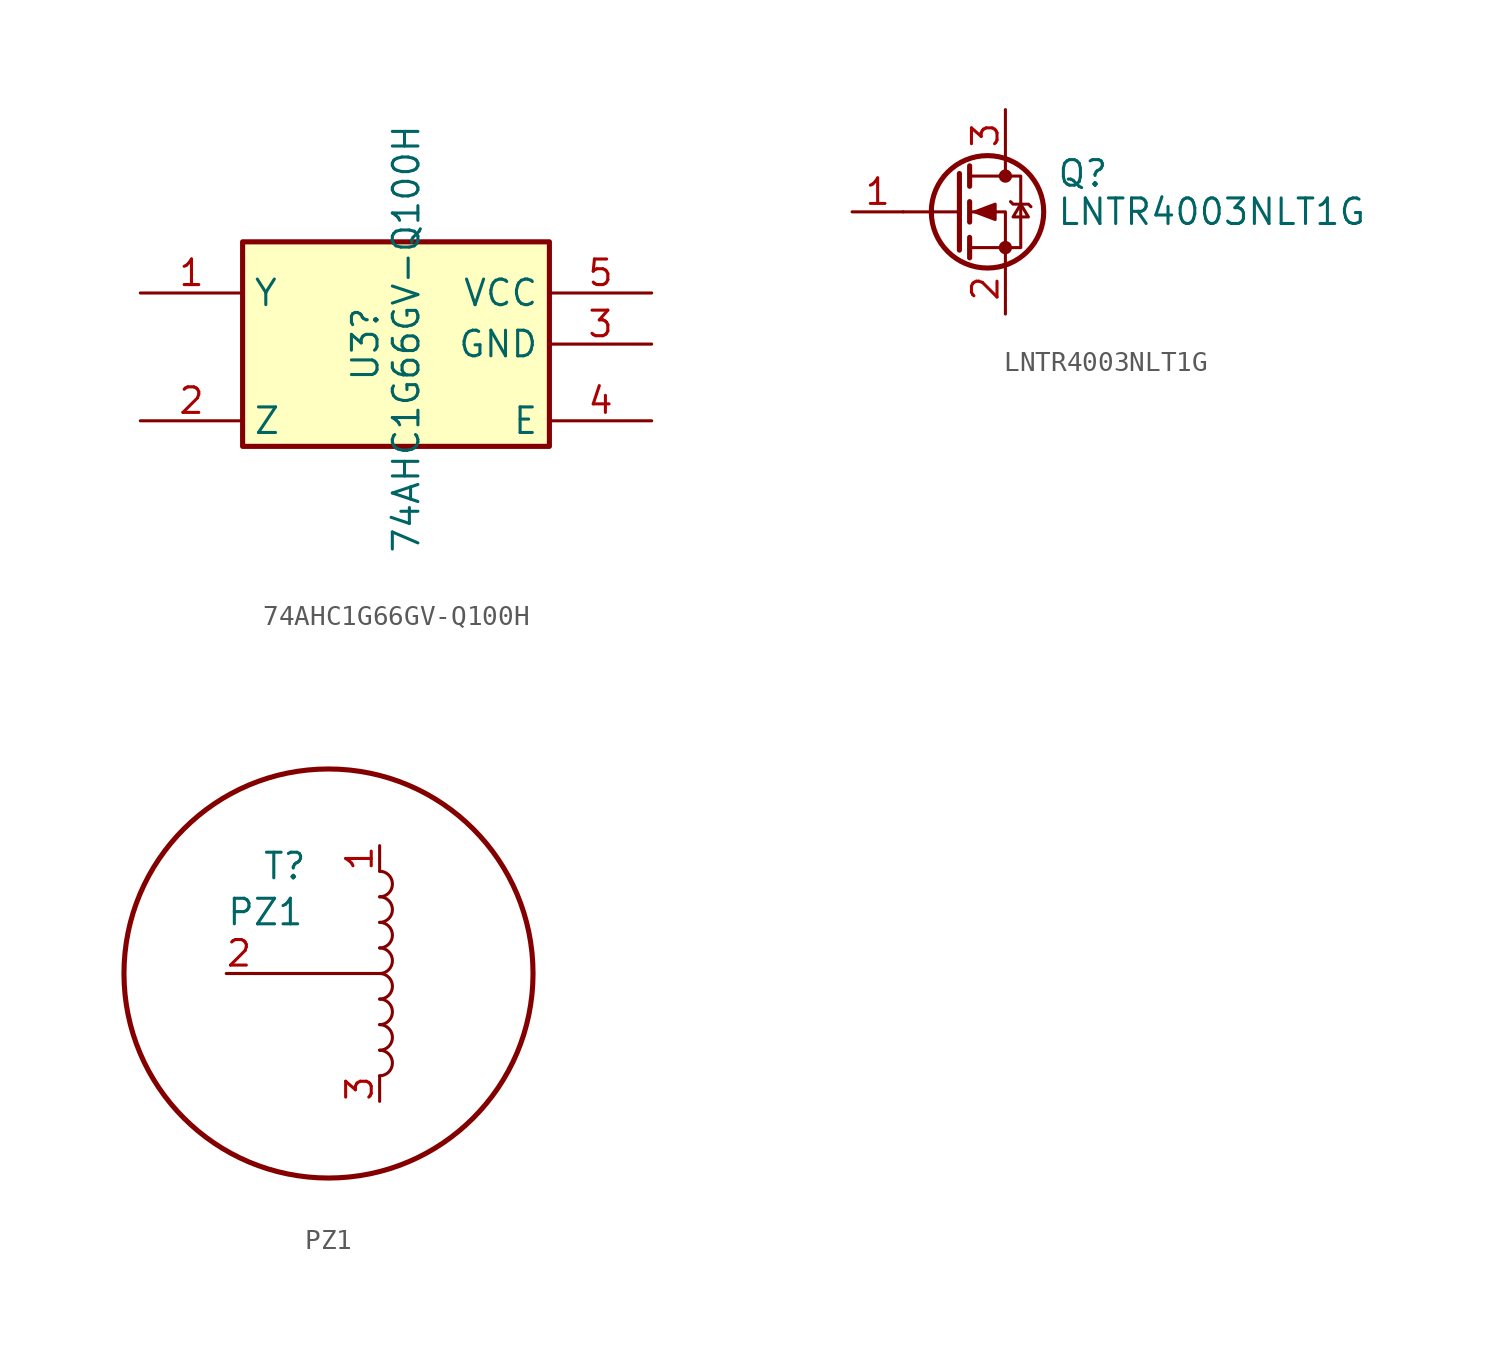
<source format=kicad_sym>
(kicad_symbol_lib
  (version 20231120)
  (generator "kicad_symbol_editor")
  (generator_version "8.0")
  (symbol "74AHC1G66GV-Q100H"
    (property "Reference" "U3"
      (at 11.176 -2.54 90)
      (effects (font (size 1.27 1.27))))
    (property "Value" "74AHC1G66GV-Q100H"
      (at 13.208 -2.286 90)
      (effects (font (size 1.27 1.27))))
    (symbol "74AHC1G66GV-Q100H_1_1"
      (rectangle (start 5.08 2.54) (end 20.32 -7.62) (stroke (width 0.254) (type default)) (fill (type background)))
      (pin passive line (at 0 0 0) (length 5.08) (name "Y" (effects (font (size 1.27 1.27)))) (number "1" (effects (font (size 1.27 1.27)))))
      (pin passive line (at 0 -6.35 0) (length 5.08) (name "Z" (effects (font (size 1.27 1.27)))) (number "2" (effects (font (size 1.27 1.27)))))
      (pin passive line (at 25.4 -2.54 180) (length 5.08) (name "GND" (effects (font (size 1.27 1.27)))) (number "3" (effects (font (size 1.27 1.27)))))
      (pin passive line (at 25.4 -6.35 180) (length 5.08) (name "E" (effects (font (size 1.27 1.27)))) (number "4" (effects (font (size 1.27 1.27)))))
      (pin passive line (at 25.4 0 180) (length 5.08) (name "VCC" (effects (font (size 1.27 1.27)))) (number "5" (effects (font (size 1.27 1.27)))))))
  (symbol "LNTR4003NLT1G"
    (pin_names hide)
    (property "Reference" "Q"
      (at 5.08 1.905 0)
      (effects (font (size 1.27 1.27)) (justify left)))
    (property "Value" "LNTR4003NLT1G"
      (at 5.08 0 0)
      (effects (font (size 1.27 1.27)) (justify left)))
    (symbol "LNTR4003NLT1G_0_1"
      (polyline (pts (xy 0.254 0) (xy -2.54 0)) (stroke (width 0) (type default)) (fill (type none)))
      (polyline (pts (xy 0.254 1.905) (xy 0.254 -1.905)) (stroke (width 0.254) (type default)) (fill (type none)))
      (polyline (pts (xy 0.762 -1.27) (xy 0.762 -2.286)) (stroke (width 0.254) (type default)) (fill (type none)))
      (polyline (pts (xy 0.762 0.508) (xy 0.762 -0.508)) (stroke (width 0.254) (type default)) (fill (type none)))
      (polyline (pts (xy 0.762 2.286) (xy 0.762 1.27)) (stroke (width 0.254) (type default)) (fill (type none)))
      (polyline (pts (xy 2.54 2.54) (xy 2.54 1.778)) (stroke (width 0) (type default)) (fill (type none)))
      (polyline (pts (xy 2.54 -2.54) (xy 2.54 0) (xy 0.762 0)) (stroke (width 0) (type default)) (fill (type none)))
      (polyline (pts (xy 0.762 -1.778) (xy 3.302 -1.778) (xy 3.302 1.778) (xy 0.762 1.778)) (stroke (width 0) (type default)) (fill (type none)))
      (polyline (pts (xy 1.016 0) (xy 2.032 0.381) (xy 2.032 -0.381) (xy 1.016 0)) (stroke (width 0) (type default)) (fill (type outline)))
      (polyline (pts (xy 2.794 0.508) (xy 2.921 0.381) (xy 3.683 0.381) (xy 3.81 0.254)) (stroke (width 0) (type default)) (fill (type none)))
      (polyline (pts (xy 3.302 0.381) (xy 2.921 -0.254) (xy 3.683 -0.254) (xy 3.302 0.381)) (stroke (width 0) (type default)) (fill (type none)))
      (circle (center 1.651 0) (radius 2.794) (stroke (width 0.254) (type default)) (fill (type none)))
      (circle (center 2.54 -1.778) (radius 0.254) (stroke (width 0) (type default)) (fill (type outline)))
      (circle (center 2.54 1.778) (radius 0.254) (stroke (width 0) (type default)) (fill (type outline))))
    (symbol "LNTR4003NLT1G_1_1"
      (pin input line (at -5.08 0 0) (length 2.54) (name "G" (effects (font (size 1.27 1.27)))) (number "1" (effects (font (size 1.27 1.27)))))
      (pin passive line (at 2.54 -5.08 90) (length 2.54) (name "S" (effects (font (size 1.27 1.27)))) (number "2" (effects (font (size 1.27 1.27)))))
      (pin passive line (at 2.54 5.08 270) (length 2.54) (name "D" (effects (font (size 1.27 1.27)))) (number "3" (effects (font (size 1.27 1.27)))))))
  (symbol "PZ1"
    (pin_names
      (offset 0) hide)
    (property "Reference" "T"
      (at -3.302 5.334 0)
      (effects (font (size 1.27 1.27)) (justify left)))
    (property "Value" "PZ1"
      (at -5.08 3.048 0)
      (effects (font (size 1.27 1.27)) (justify left)))
    (symbol "PZ1_0_1"
      (polyline (pts (xy -3.81 0) (xy 2.54 0)) (stroke (width 0) (type default)) (fill (type none)))
      (circle (center 0 0) (radius 10.16) (stroke (width 0.254) (type default)) (fill (type none)))
      (arc (start 2.54 -5.08) (mid 3.1723 -4.445) (end 2.54 -3.81) (stroke (width 0) (type default)) (fill (type none)))
      (arc (start 2.54 -3.81) (mid 3.1723 -3.175) (end 2.54 -2.54) (stroke (width 0) (type default)) (fill (type none)))
      (arc (start 2.54 -2.54) (mid 3.1723 -1.905) (end 2.54 -1.27) (stroke (width 0) (type default)) (fill (type none)))
      (arc (start 2.54 -1.27) (mid 3.1723 -0.635) (end 2.54 0) (stroke (width 0) (type default)) (fill (type none)))
      (arc (start 2.54 0) (mid 3.1723 0.635) (end 2.54 1.27) (stroke (width 0) (type default)) (fill (type none)))
      (arc (start 2.54 1.27) (mid 3.1723 1.905) (end 2.54 2.54) (stroke (width 0) (type default)) (fill (type none)))
      (arc (start 2.54 2.54) (mid 3.1723 3.175) (end 2.54 3.81) (stroke (width 0) (type default)) (fill (type none)))
      (arc (start 2.54 3.81) (mid 3.1723 4.445) (end 2.54 5.08) (stroke (width 0) (type default)) (fill (type none))))
    (symbol "PZ1_1_1"
      (pin passive line (at 2.54 6.35 270) (length 1.27) (name "1" (effects (font (size 1.27 1.27)))) (number "1" (effects (font (size 1.27 1.27)))))
      (pin passive line (at -5.08 0 0) (length 1.27) (name "2" (effects (font (size 1.27 1.27)))) (number "2" (effects (font (size 1.27 1.27)))))
      (pin passive line (at 2.54 -6.35 90) (length 1.27) (name "3" (effects (font (size 1.27 1.27)))) (number "3" (effects (font (size 1.27 1.27))))))))
</source>
